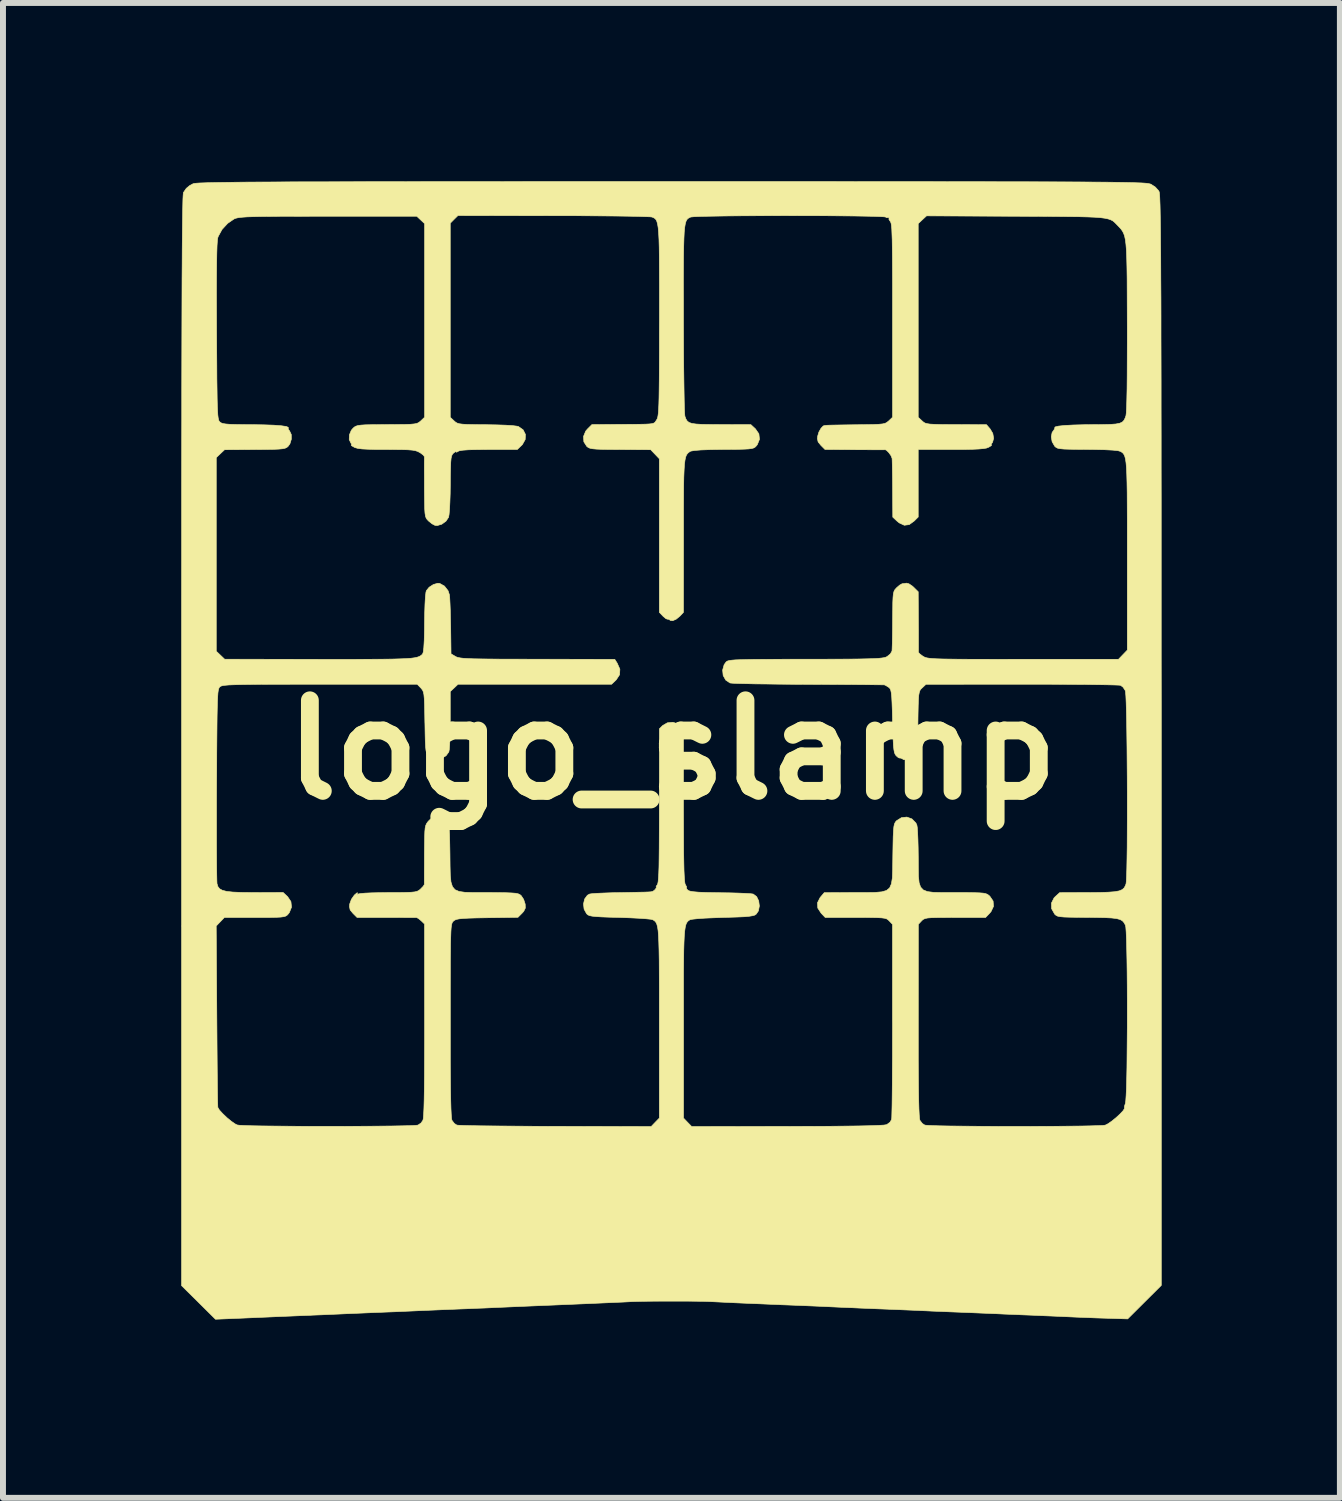
<source format=kicad_pcb>
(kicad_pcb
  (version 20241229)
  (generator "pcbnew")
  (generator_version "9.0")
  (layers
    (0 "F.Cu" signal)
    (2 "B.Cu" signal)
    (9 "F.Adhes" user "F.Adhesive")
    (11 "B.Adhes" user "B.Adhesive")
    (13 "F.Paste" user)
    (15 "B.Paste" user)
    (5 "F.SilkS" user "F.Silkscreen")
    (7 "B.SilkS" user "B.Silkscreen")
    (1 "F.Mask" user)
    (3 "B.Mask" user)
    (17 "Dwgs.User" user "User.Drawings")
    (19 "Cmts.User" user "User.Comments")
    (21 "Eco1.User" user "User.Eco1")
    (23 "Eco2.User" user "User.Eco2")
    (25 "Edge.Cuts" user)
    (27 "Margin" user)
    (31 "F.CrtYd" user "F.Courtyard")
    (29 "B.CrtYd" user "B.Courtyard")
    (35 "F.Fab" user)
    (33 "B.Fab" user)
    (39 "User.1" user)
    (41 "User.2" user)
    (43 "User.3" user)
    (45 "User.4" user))
  (footprint "logo_slamp"
    (layer "F.Cu")
    (at 8.26 9.568)
    (property "Reference" "logo_slamp" (at 0 0 0) (layer "F.SilkS") (effects (font (size 1.524 1.524) (thickness 0.3))))
    (attr through_hole)
    (fp_poly (pts (xy -0.01 -9.563) (xy 0.745 -9.563) (xy 1.451 -9.563) (xy 2.11 -9.563) (xy 2.724 -9.563) (xy 3.293 -9.562) (xy 3.819 -9.562) (xy 4.305 -9.562) (xy 4.752 -9.561) (xy 5.161 -9.561) (xy 5.534 -9.56) (xy 5.874 -9.56) (xy 6.181 -9.559) (xy 6.457 -9.558) (xy 6.704 -9.557) (xy 6.923 -9.556) (xy 7.117 -9.554) (xy 7.287 -9.553) (xy 7.435 -9.551) (xy 7.561 -9.549) (xy 7.669 -9.547) (xy 7.759 -9.545) (xy 7.834 -9.542) (xy 7.894 -9.54) (xy 7.943 -9.537) (xy 7.98 -9.534) (xy 8.008 -9.53) (xy 8.029 -9.526) (xy 8.045 -9.522) (xy 8.056 -9.518) (xy 8.058 -9.517) (xy 8.13 -9.47) (xy 8.184 -9.41) (xy 8.191 -9.398) (xy 8.195 -9.388) (xy 8.198 -9.368) (xy 8.201 -9.338) (xy 8.204 -9.296) (xy 8.206 -9.24) (xy 8.209 -9.17) (xy 8.211 -9.083) (xy 8.213 -8.978) (xy 8.215 -8.854) (xy 8.217 -8.709) (xy 8.218 -8.541) (xy 8.22 -8.349) (xy 8.221 -8.131) (xy 8.222 -7.887) (xy 8.224 -7.614) (xy 8.225 -7.311) (xy 8.225 -6.977) (xy 8.226 -6.609) (xy 8.227 -6.207) (xy 8.227 -5.769) (xy 8.228 -5.293) (xy 8.228 -4.778) (xy 8.229 -4.222) (xy 8.229 -3.625) (xy 8.229 -2.983) (xy 8.229 -2.297) (xy 8.229 -1.564) (xy 8.23 -0.783) (xy 8.23 -0.158) (xy 8.23 9.01) (xy 7.947 9.292) (xy 7.664 9.574) (xy 7.305 9.563) (xy 7.145 9.558) (xy 6.973 9.551) (xy 6.811 9.545) (xy 6.68 9.539) (xy 6.547 9.533) (xy 6.385 9.526) (xy 6.213 9.519) (xy 6.058 9.512) (xy 5.901 9.506) (xy 5.736 9.499) (xy 5.584 9.493) (xy 5.462 9.487) (xy 5.461 9.487) (xy 5.341 9.482) (xy 5.19 9.476) (xy 5.025 9.469) (xy 4.865 9.463) (xy 4.851 9.462) (xy 4.693 9.456) (xy 4.528 9.449) (xy 4.374 9.443) (xy 4.251 9.437) (xy 4.242 9.437) (xy 4.122 9.431) (xy 3.971 9.425) (xy 3.806 9.418) (xy 3.646 9.412) (xy 3.632 9.411) (xy 3.474 9.405) (xy 3.309 9.398) (xy 3.155 9.392) (xy 3.032 9.386) (xy 3.023 9.386) (xy 2.832 9.378) (xy 2.618 9.368) (xy 2.394 9.358) (xy 2.176 9.349) (xy 1.977 9.341) (xy 1.814 9.335) (xy 1.803 9.334) (xy 1.654 9.328) (xy 1.47 9.32) (xy 1.269 9.312) (xy 1.065 9.303) (xy 0.874 9.294) (xy 0.711 9.286) (xy 0.648 9.283) (xy 0.546 9.279) (xy 0.405 9.277) (xy 0.237 9.275) (xy 0.053 9.275) (xy -0.136 9.275) (xy -0.317 9.276) (xy -0.478 9.278) (xy -0.609 9.281) (xy -0.673 9.283) (xy -0.828 9.291) (xy -1.014 9.299) (xy -1.218 9.308) (xy -1.422 9.317) (xy -1.613 9.325) (xy -1.775 9.332) (xy -1.829 9.334) (xy -1.992 9.341) (xy -2.187 9.349) (xy -2.401 9.358) (xy -2.616 9.367) (xy -2.818 9.376) (xy -2.991 9.383) (xy -3.048 9.386) (xy -3.154 9.391) (xy -3.294 9.396) (xy -3.453 9.403) (xy -3.613 9.409) (xy -3.658 9.411) (xy -3.816 9.417) (xy -3.977 9.424) (xy -4.124 9.43) (xy -4.241 9.435) (xy -4.267 9.436) (xy -4.373 9.441) (xy -4.513 9.447) (xy -4.672 9.454) (xy -4.832 9.46) (xy -4.877 9.462) (xy -5.035 9.468) (xy -5.196 9.475) (xy -5.343 9.481) (xy -5.46 9.486) (xy -5.486 9.487) (xy -5.594 9.492) (xy -5.735 9.498) (xy -5.893 9.505) (xy -6.052 9.511) (xy -6.083 9.513) (xy -6.241 9.519) (xy -6.404 9.526) (xy -6.555 9.532) (xy -6.675 9.537) (xy -6.693 9.538) (xy -6.805 9.543) (xy -6.951 9.549) (xy -7.113 9.556) (xy -7.273 9.563) (xy -7.303 9.564) (xy -7.684 9.58) (xy -7.969 9.297) (xy -8.255 9.014) (xy -8.255 2.963) (xy -7.672 2.963) (xy -7.662 4.472) (xy -7.66 4.745) (xy -7.658 5.003) (xy -7.656 5.242) (xy -7.654 5.457) (xy -7.652 5.644) (xy -7.65 5.797) (xy -7.648 5.914) (xy -7.646 5.988) (xy -7.645 6.015) (xy -7.619 6.059) (xy -7.563 6.12) (xy -7.492 6.188) (xy -7.416 6.25) (xy -7.349 6.296) (xy -7.317 6.311) (xy -7.278 6.316) (xy -7.194 6.32) (xy -7.07 6.324) (xy -6.912 6.327) (xy -6.726 6.329) (xy -6.517 6.331) (xy -6.291 6.333) (xy -6.053 6.334) (xy -5.81 6.334) (xy -5.566 6.334) (xy -5.328 6.333) (xy -5.1 6.332) (xy -4.889 6.33) (xy -4.7 6.328) (xy -4.539 6.325) (xy -4.411 6.322) (xy -4.323 6.318) (xy -4.278 6.313) (xy -4.277 6.313) (xy -4.225 6.277) (xy -4.194 6.232) (xy -4.187 6.2) (xy -4.182 6.133) (xy -4.177 6.03) (xy -4.173 5.887) (xy -4.17 5.704) (xy -4.168 5.478) (xy -4.167 5.207) (xy -4.166 4.89) (xy -4.166 4.548) (xy -4.167 2.929) (xy -4.223 2.875) (xy -4.269 2.837) (xy -4.299 2.821) (xy -4.329 2.82) (xy -4.402 2.82) (xy -4.509 2.82) (xy -4.643 2.819) (xy -4.795 2.819) (xy -5.302 2.819) (xy -5.371 2.75) (xy -5.418 2.693) (xy -5.43 2.636) (xy -5.426 2.593) (xy -5.397 2.513) (xy -5.347 2.442) (xy -5.344 2.44) (xy -5.306 2.407) (xy -5.294 2.404) (xy -5.296 2.411) (xy -5.304 2.434) (xy -5.281 2.424) (xy -5.245 2.417) (xy -5.167 2.41) (xy -5.056 2.405) (xy -4.92 2.402) (xy -4.77 2.4) (xy -4.604 2.4) (xy -4.48 2.398) (xy -4.392 2.395) (xy -4.332 2.389) (xy -4.291 2.379) (xy -4.263 2.365) (xy -4.239 2.346) (xy -4.232 2.339) (xy -4.189 2.295) (xy -4.17 2.265) (xy -4.17 2.264) (xy -4.17 2.234) (xy -4.17 2.163) (xy -4.17 2.056) (xy -4.169 1.923) (xy -4.169 1.772) (xy -4.169 1.761) (xy -4.167 1.592) (xy -4.165 1.467) (xy -4.162 1.376) (xy -4.156 1.313) (xy -4.146 1.27) (xy -4.132 1.239) (xy -4.113 1.212) (xy -4.101 1.198) (xy -4.048 1.146) (xy -3.993 1.129) (xy -3.946 1.13) (xy -3.867 1.151) (xy -3.803 1.19) (xy -3.8 1.192) (xy -3.782 1.213) (xy -3.768 1.239) (xy -3.758 1.278) (xy -3.751 1.336) (xy -3.746 1.421) (xy -3.743 1.541) (xy -3.74 1.701) (xy -3.739 1.763) (xy -3.737 1.959) (xy -3.733 2.11) (xy -3.722 2.222) (xy -3.697 2.301) (xy -3.654 2.352) (xy -3.585 2.382) (xy -3.486 2.396) (xy -3.35 2.4) (xy -3.171 2.4) (xy -3.098 2.4) (xy -2.924 2.401) (xy -2.794 2.403) (xy -2.7 2.407) (xy -2.635 2.412) (xy -2.592 2.421) (xy -2.564 2.433) (xy -2.543 2.45) (xy -2.539 2.454) (xy -2.499 2.515) (xy -2.474 2.592) (xy -2.473 2.593) (xy -2.471 2.662) (xy -2.498 2.717) (xy -2.527 2.749) (xy -2.595 2.817) (xy -3.111 2.824) (xy -3.288 2.827) (xy -3.421 2.831) (xy -3.517 2.836) (xy -3.585 2.843) (xy -3.63 2.852) (xy -3.66 2.865) (xy -3.68 2.88) (xy -3.69 2.89) (xy -3.699 2.903) (xy -3.707 2.923) (xy -3.713 2.953) (xy -3.719 2.997) (xy -3.723 3.059) (xy -3.726 3.142) (xy -3.729 3.251) (xy -3.73 3.389) (xy -3.732 3.56) (xy -3.732 3.768) (xy -3.733 4.017) (xy -3.733 4.309) (xy -3.733 4.548) (xy -3.733 4.911) (xy -3.733 5.226) (xy -3.731 5.494) (xy -3.729 5.717) (xy -3.726 5.898) (xy -3.722 6.037) (xy -3.717 6.138) (xy -3.712 6.203) (xy -3.706 6.232) (xy -3.665 6.286) (xy -3.623 6.313) (xy -3.588 6.316) (xy -3.508 6.319) (xy -3.385 6.322) (xy -3.225 6.325) (xy -3.032 6.327) (xy -2.811 6.329) (xy -2.566 6.331) (xy -2.301 6.333) (xy -2.021 6.334) (xy -1.961 6.334) (xy -0.353 6.337) (xy -0.285 6.266) (xy -0.216 6.195) (xy -0.216 4.604) (xy -0.216 4.271) (xy -0.216 3.985) (xy -0.217 3.742) (xy -0.218 3.539) (xy -0.221 3.371) (xy -0.225 3.236) (xy -0.23 3.129) (xy -0.236 3.046) (xy -0.245 2.985) (xy -0.256 2.94) (xy -0.269 2.909) (xy -0.285 2.887) (xy -0.304 2.871) (xy -0.326 2.858) (xy -0.363 2.849) (xy -0.443 2.841) (xy -0.557 2.833) (xy -0.697 2.826) (xy -0.853 2.82) (xy -0.881 2.819) (xy -1.056 2.815) (xy -1.188 2.81) (xy -1.283 2.804) (xy -1.348 2.797) (xy -1.391 2.788) (xy -1.419 2.775) (xy -1.438 2.758) (xy -1.44 2.756) (xy -1.482 2.68) (xy -1.492 2.592) (xy -1.473 2.509) (xy -1.427 2.446) (xy -1.389 2.425) (xy -1.346 2.419) (xy -1.263 2.413) (xy -1.146 2.408) (xy -1.006 2.403) (xy -0.857 2.401) (xy -0.706 2.398) (xy -0.573 2.395) (xy -0.466 2.393) (xy -0.393 2.39) (xy -0.362 2.388) (xy -0.362 2.388) (xy -0.33 2.382) (xy -0.305 2.366) (xy -0.285 2.347) (xy -0.265 2.318) (xy -0.269 2.311) (xy -0.269 2.295) (xy -0.251 2.27) (xy -0.243 2.252) (xy -0.236 2.217) (xy -0.231 2.161) (xy -0.226 2.081) (xy -0.222 1.972) (xy -0.22 1.831) (xy -0.218 1.653) (xy -0.217 1.436) (xy -0.216 1.174) (xy -0.216 0.936) (xy -0.215 -0.355) (xy -0.16 -0.41) (xy -0.081 -0.456) (xy 0.012 -0.465) (xy 0.1 -0.437) (xy 0.135 -0.41) (xy 0.19 -0.355) (xy 0.19 0.936) (xy 0.191 1.243) (xy 0.192 1.503) (xy 0.193 1.718) (xy 0.196 1.892) (xy 0.199 2.029) (xy 0.204 2.132) (xy 0.209 2.203) (xy 0.215 2.247) (xy 0.222 2.266) (xy 0.242 2.302) (xy 0.24 2.316) (xy 0.246 2.341) (xy 0.268 2.364) (xy 0.298 2.376) (xy 0.355 2.386) (xy 0.445 2.394) (xy 0.574 2.399) (xy 0.747 2.402) (xy 0.809 2.403) (xy 0.966 2.405) (xy 1.109 2.409) (xy 1.229 2.414) (xy 1.316 2.419) (xy 1.361 2.425) (xy 1.363 2.425) (xy 1.421 2.468) (xy 1.456 2.541) (xy 1.467 2.626) (xy 1.451 2.709) (xy 1.414 2.763) (xy 1.391 2.779) (xy 1.354 2.79) (xy 1.298 2.799) (xy 1.214 2.807) (xy 1.097 2.812) (xy 0.938 2.817) (xy 0.855 2.819) (xy 0.696 2.825) (xy 0.553 2.831) (xy 0.435 2.839) (xy 0.348 2.848) (xy 0.303 2.856) (xy 0.3 2.858) (xy 0.278 2.871) (xy 0.26 2.887) (xy 0.244 2.909) (xy 0.231 2.94) (xy 0.22 2.985) (xy 0.211 3.047) (xy 0.204 3.13) (xy 0.199 3.238) (xy 0.195 3.373) (xy 0.193 3.541) (xy 0.191 3.745) (xy 0.191 3.988) (xy 0.191 4.275) (xy 0.191 4.604) (xy 0.191 6.195) (xy 0.259 6.266) (xy 0.328 6.337) (xy 1.936 6.335) (xy 2.313 6.334) (xy 2.641 6.333) (xy 2.92 6.33) (xy 3.15 6.327) (xy 3.333 6.323) (xy 3.47 6.318) (xy 3.56 6.313) (xy 3.606 6.306) (xy 3.61 6.305) (xy 3.665 6.265) (xy 3.692 6.219) (xy 3.695 6.183) (xy 3.697 6.102) (xy 3.7 5.978) (xy 3.702 5.818) (xy 3.704 5.624) (xy 3.705 5.402) (xy 3.707 5.156) (xy 3.707 4.891) (xy 3.708 4.61) (xy 3.707 4.547) (xy 3.707 2.935) (xy 3.652 2.877) (xy 3.632 2.858) (xy 3.609 2.843) (xy 3.576 2.833) (xy 3.524 2.826) (xy 3.449 2.822) (xy 3.341 2.82) (xy 3.193 2.819) (xy 3.086 2.819) (xy 2.575 2.819) (xy 2.507 2.748) (xy 2.45 2.661) (xy 2.445 2.572) (xy 2.49 2.483) (xy 2.499 2.473) (xy 2.559 2.402) (xy 3.069 2.4) (xy 3.265 2.4) (xy 3.416 2.398) (xy 3.528 2.388) (xy 3.607 2.365) (xy 3.659 2.322) (xy 3.689 2.253) (xy 3.705 2.154) (xy 3.71 2.017) (xy 3.712 1.838) (xy 3.713 1.763) (xy 3.716 1.588) (xy 3.719 1.456) (xy 3.724 1.361) (xy 3.73 1.294) (xy 3.739 1.25) (xy 3.752 1.221) (xy 3.768 1.199) (xy 3.775 1.192) (xy 3.858 1.14) (xy 3.949 1.13) (xy 4.034 1.161) (xy 4.1 1.228) (xy 4.117 1.263) (xy 4.124 1.305) (xy 4.13 1.39) (xy 4.135 1.507) (xy 4.139 1.647) (xy 4.141 1.8) (xy 4.142 1.985) (xy 4.144 2.128) (xy 4.155 2.234) (xy 4.18 2.308) (xy 4.225 2.356) (xy 4.295 2.384) (xy 4.397 2.397) (xy 4.536 2.4) (xy 4.719 2.4) (xy 4.775 2.4) (xy 4.947 2.4) (xy 5.076 2.402) (xy 5.169 2.405) (xy 5.233 2.41) (xy 5.277 2.419) (xy 5.307 2.431) (xy 5.33 2.449) (xy 5.345 2.462) (xy 5.4 2.543) (xy 5.407 2.632) (xy 5.365 2.721) (xy 5.342 2.748) (xy 5.274 2.819) (xy 4.762 2.819) (xy 4.589 2.82) (xy 4.459 2.821) (xy 4.365 2.823) (xy 4.3 2.828) (xy 4.257 2.837) (xy 4.229 2.849) (xy 4.208 2.865) (xy 4.196 2.877) (xy 4.142 2.935) (xy 4.141 4.552) (xy 4.141 4.915) (xy 4.141 5.229) (xy 4.143 5.496) (xy 4.145 5.719) (xy 4.148 5.899) (xy 4.152 6.038) (xy 4.157 6.139) (xy 4.162 6.203) (xy 4.168 6.232) (xy 4.209 6.286) (xy 4.251 6.313) (xy 4.29 6.317) (xy 4.375 6.321) (xy 4.498 6.325) (xy 4.656 6.328) (xy 4.842 6.33) (xy 5.051 6.332) (xy 5.277 6.334) (xy 5.515 6.335) (xy 5.758 6.335) (xy 6.002 6.335) (xy 6.24 6.334) (xy 6.467 6.333) (xy 6.678 6.331) (xy 6.867 6.329) (xy 7.027 6.326) (xy 7.155 6.322) (xy 7.243 6.319) (xy 7.286 6.314) (xy 7.287 6.314) (xy 7.336 6.289) (xy 7.4 6.244) (xy 7.47 6.187) (xy 7.535 6.127) (xy 7.585 6.074) (xy 7.61 6.036) (xy 7.609 6.026) (xy 7.61 5.997) (xy 7.626 5.947) (xy 7.632 5.906) (xy 7.638 5.819) (xy 7.644 5.693) (xy 7.648 5.534) (xy 7.652 5.347) (xy 7.654 5.137) (xy 7.656 4.911) (xy 7.658 4.674) (xy 7.658 4.432) (xy 7.658 4.19) (xy 7.657 3.954) (xy 7.655 3.73) (xy 7.652 3.524) (xy 7.648 3.34) (xy 7.644 3.185) (xy 7.639 3.064) (xy 7.633 2.983) (xy 7.626 2.949) (xy 7.604 2.908) (xy 7.576 2.876) (xy 7.537 2.854) (xy 7.479 2.838) (xy 7.396 2.828) (xy 7.28 2.822) (xy 7.126 2.819) (xy 6.989 2.818) (xy 6.816 2.817) (xy 6.687 2.815) (xy 6.594 2.812) (xy 6.53 2.806) (xy 6.488 2.798) (xy 6.461 2.785) (xy 6.441 2.769) (xy 6.434 2.76) (xy 6.384 2.671) (xy 6.382 2.577) (xy 6.425 2.491) (xy 6.446 2.469) (xy 6.521 2.401) (xy 7.004 2.4) (xy 7.194 2.399) (xy 7.339 2.394) (xy 7.446 2.386) (xy 7.522 2.372) (xy 7.574 2.35) (xy 7.607 2.319) (xy 7.628 2.278) (xy 7.637 2.252) (xy 7.642 2.208) (xy 7.646 2.12) (xy 7.65 1.992) (xy 7.653 1.83) (xy 7.656 1.639) (xy 7.657 1.425) (xy 7.658 1.194) (xy 7.658 0.95) (xy 7.658 0.699) (xy 7.657 0.447) (xy 7.655 0.199) (xy 7.653 -0.041) (xy 7.65 -0.265) (xy 7.647 -0.469) (xy 7.643 -0.648) (xy 7.639 -0.796) (xy 7.634 -0.907) (xy 7.628 -0.977) (xy 7.624 -0.998) (xy 7.587 -1.055) (xy 7.545 -1.087) (xy 7.512 -1.09) (xy 7.432 -1.093) (xy 7.31 -1.096) (xy 7.15 -1.098) (xy 6.958 -1.101) (xy 6.737 -1.102) (xy 6.492 -1.104) (xy 6.227 -1.105) (xy 5.947 -1.105) (xy 5.883 -1.105) (xy 4.271 -1.104) (xy 4.207 -1.044) (xy 4.185 -1.023) (xy 4.169 -1) (xy 4.158 -0.968) (xy 4.149 -0.92) (xy 4.144 -0.849) (xy 4.14 -0.747) (xy 4.137 -0.607) (xy 4.135 -0.467) (xy 4.132 -0.292) (xy 4.129 -0.159) (xy 4.124 -0.064) (xy 4.118 0.002) (xy 4.109 0.046) (xy 4.096 0.075) (xy 4.08 0.096) (xy 4.077 0.1) (xy 4.021 0.138) (xy 3.955 0.161) (xy 3.899 0.165) (xy 3.872 0.15) (xy 3.844 0.136) (xy 3.837 0.139) (xy 3.807 0.131) (xy 3.769 0.098) (xy 3.753 0.076) (xy 3.74 0.045) (xy 3.731 -0.003) (xy 3.723 -0.073) (xy 3.718 -0.174) (xy 3.713 -0.311) (xy 3.708 -0.484) (xy 3.704 -0.662) (xy 3.699 -0.796) (xy 3.694 -0.893) (xy 3.687 -0.96) (xy 3.678 -1.003) (xy 3.666 -1.03) (xy 3.651 -1.048) (xy 3.645 -1.052) (xy 3.596 -1.083) (xy 3.569 -1.095) (xy 3.539 -1.095) (xy 3.463 -1.096) (xy 3.347 -1.097) (xy 3.195 -1.099) (xy 3.011 -1.1) (xy 2.802 -1.101) (xy 2.572 -1.102) (xy 2.326 -1.103) (xy 2.286 -1.103) (xy 2.036 -1.104) (xy 1.801 -1.106) (xy 1.585 -1.109) (xy 1.394 -1.111) (xy 1.232 -1.115) (xy 1.105 -1.118) (xy 1.018 -1.122) (xy 0.976 -1.126) (xy 0.974 -1.126) (xy 0.901 -1.175) (xy 0.858 -1.252) (xy 0.849 -1.343) (xy 0.874 -1.433) (xy 0.906 -1.478) (xy 0.918 -1.488) (xy 0.935 -1.497) (xy 0.964 -1.504) (xy 1.006 -1.51) (xy 1.067 -1.515) (xy 1.151 -1.518) (xy 1.263 -1.521) (xy 1.405 -1.523) (xy 1.584 -1.524) (xy 1.802 -1.525) (xy 2.064 -1.526) (xy 2.245 -1.526) (xy 2.538 -1.526) (xy 2.784 -1.527) (xy 2.988 -1.528) (xy 3.154 -1.53) (xy 3.286 -1.533) (xy 3.389 -1.536) (xy 3.467 -1.54) (xy 3.524 -1.546) (xy 3.565 -1.552) (xy 3.594 -1.56) (xy 3.615 -1.57) (xy 3.617 -1.571) (xy 3.671 -1.615) (xy 3.698 -1.662) (xy 3.699 -1.664) (xy 3.701 -1.705) (xy 3.704 -1.787) (xy 3.706 -1.902) (xy 3.708 -2.041) (xy 3.709 -2.189) (xy 3.711 -2.355) (xy 3.712 -2.478) (xy 3.716 -2.566) (xy 3.722 -2.626) (xy 3.732 -2.666) (xy 3.746 -2.694) (xy 3.766 -2.717) (xy 3.777 -2.729) (xy 3.828 -2.773) (xy 3.867 -2.795) (xy 3.871 -2.796) (xy 3.92 -2.802) (xy 3.941 -2.806) (xy 3.984 -2.795) (xy 4.042 -2.756) (xy 4.062 -2.738) (xy 4.14 -2.661) (xy 4.143 -2.162) (xy 4.144 -2.008) (xy 4.144 -1.871) (xy 4.144 -1.759) (xy 4.144 -1.682) (xy 4.143 -1.646) (xy 4.143 -1.644) (xy 4.161 -1.62) (xy 4.208 -1.584) (xy 4.223 -1.574) (xy 4.241 -1.564) (xy 4.262 -1.555) (xy 4.289 -1.548) (xy 4.328 -1.542) (xy 4.38 -1.537) (xy 4.451 -1.533) (xy 4.545 -1.53) (xy 4.664 -1.528) (xy 4.814 -1.526) (xy 4.997 -1.525) (xy 5.218 -1.525) (xy 5.481 -1.524) (xy 5.79 -1.525) (xy 5.908 -1.525) (xy 7.51 -1.525) (xy 7.584 -1.602) (xy 7.658 -1.679) (xy 7.658 -3.269) (xy 7.658 -3.602) (xy 7.658 -3.889) (xy 7.657 -4.132) (xy 7.656 -4.335) (xy 7.653 -4.503) (xy 7.649 -4.639) (xy 7.644 -4.746) (xy 7.637 -4.829) (xy 7.628 -4.891) (xy 7.617 -4.936) (xy 7.603 -4.968) (xy 7.587 -4.991) (xy 7.568 -5.007) (xy 7.545 -5.022) (xy 7.545 -5.022) (xy 7.501 -5.035) (xy 7.412 -5.044) (xy 7.276 -5.051) (xy 7.091 -5.055) (xy 6.989 -5.056) (xy 6.816 -5.057) (xy 6.687 -5.059) (xy 6.594 -5.062) (xy 6.53 -5.068) (xy 6.488 -5.076) (xy 6.461 -5.089) (xy 6.441 -5.105) (xy 6.434 -5.114) (xy 6.393 -5.186) (xy 6.379 -5.268) (xy 6.393 -5.341) (xy 6.411 -5.366) (xy 6.436 -5.402) (xy 6.436 -5.417) (xy 6.443 -5.434) (xy 6.499 -5.448) (xy 6.602 -5.459) (xy 6.75 -5.467) (xy 6.942 -5.472) (xy 7.064 -5.473) (xy 7.239 -5.474) (xy 7.371 -5.477) (xy 7.466 -5.484) (xy 7.532 -5.497) (xy 7.575 -5.517) (xy 7.603 -5.547) (xy 7.623 -5.588) (xy 7.636 -5.626) (xy 7.641 -5.669) (xy 7.646 -5.76) (xy 7.65 -5.896) (xy 7.654 -6.076) (xy 7.656 -6.295) (xy 7.657 -6.552) (xy 7.658 -6.843) (xy 7.658 -7.125) (xy 7.657 -7.442) (xy 7.656 -7.712) (xy 7.655 -7.94) (xy 7.652 -8.129) (xy 7.648 -8.285) (xy 7.643 -8.41) (xy 7.635 -8.509) (xy 7.625 -8.587) (xy 7.612 -8.648) (xy 7.595 -8.694) (xy 7.575 -8.732) (xy 7.551 -8.765) (xy 7.522 -8.797) (xy 7.499 -8.821) (xy 7.469 -8.852) (xy 7.443 -8.878) (xy 7.415 -8.901) (xy 7.381 -8.919) (xy 7.337 -8.934) (xy 7.28 -8.946) (xy 7.205 -8.956) (xy 7.109 -8.963) (xy 6.987 -8.968) (xy 6.835 -8.972) (xy 6.649 -8.974) (xy 6.425 -8.976) (xy 6.16 -8.978) (xy 5.848 -8.979) (xy 5.779 -8.979) (xy 4.28 -8.986) (xy 4.21 -8.921) (xy 4.14 -8.855) (xy 4.14 -7.226) (xy 4.14 -5.597) (xy 4.205 -5.536) (xy 4.228 -5.516) (xy 4.253 -5.5) (xy 4.288 -5.49) (xy 4.339 -5.482) (xy 4.414 -5.478) (xy 4.521 -5.475) (xy 4.667 -5.474) (xy 4.779 -5.474) (xy 5.289 -5.472) (xy 5.35 -5.401) (xy 5.395 -5.325) (xy 5.409 -5.243) (xy 5.391 -5.176) (xy 5.38 -5.161) (xy 5.365 -5.136) (xy 5.373 -5.131) (xy 5.371 -5.121) (xy 5.333 -5.097) (xy 5.325 -5.093) (xy 5.29 -5.079) (xy 5.237 -5.07) (xy 5.16 -5.063) (xy 5.053 -5.058) (xy 4.909 -5.055) (xy 4.721 -5.055) (xy 4.696 -5.055) (xy 4.14 -5.055) (xy 4.14 -3.919) (xy 4.073 -3.852) (xy 3.989 -3.791) (xy 3.906 -3.78) (xy 3.82 -3.82) (xy 3.78 -3.853) (xy 3.712 -3.917) (xy 3.709 -4.391) (xy 3.708 -4.543) (xy 3.706 -4.68) (xy 3.704 -4.792) (xy 3.702 -4.871) (xy 3.7 -4.907) (xy 3.681 -4.953) (xy 3.644 -5.004) (xy 3.606 -5.042) (xy 3.585 -5.051) (xy 3.556 -5.05) (xy 3.483 -5.05) (xy 3.377 -5.05) (xy 3.243 -5.051) (xy 3.091 -5.051) (xy 3.071 -5.052) (xy 2.572 -5.055) (xy 2.503 -5.124) (xy 2.456 -5.182) (xy 2.443 -5.239) (xy 2.448 -5.279) (xy 2.469 -5.349) (xy 2.504 -5.411) (xy 2.542 -5.451) (xy 2.562 -5.457) (xy 2.591 -5.461) (xy 2.619 -5.463) (xy 2.69 -5.465) (xy 2.796 -5.467) (xy 2.928 -5.469) (xy 3.079 -5.471) (xy 3.091 -5.471) (xy 3.26 -5.473) (xy 3.386 -5.475) (xy 3.476 -5.479) (xy 3.538 -5.485) (xy 3.58 -5.494) (xy 3.609 -5.508) (xy 3.633 -5.527) (xy 3.644 -5.536) (xy 3.708 -5.597) (xy 3.708 -7.228) (xy 3.708 -7.56) (xy 3.708 -7.846) (xy 3.707 -8.087) (xy 3.706 -8.289) (xy 3.704 -8.454) (xy 3.702 -8.587) (xy 3.698 -8.69) (xy 3.695 -8.767) (xy 3.69 -8.822) (xy 3.684 -8.859) (xy 3.677 -8.88) (xy 3.671 -8.89) (xy 3.647 -8.927) (xy 3.649 -8.948) (xy 3.649 -8.962) (xy 3.638 -8.957) (xy 3.603 -8.957) (xy 3.595 -8.965) (xy 3.567 -8.97) (xy 3.494 -8.974) (xy 3.38 -8.978) (xy 3.231 -8.981) (xy 3.053 -8.984) (xy 2.849 -8.986) (xy 2.626 -8.988) (xy 2.389 -8.989) (xy 2.142 -8.989) (xy 1.892 -8.99) (xy 1.642 -8.989) (xy 1.4 -8.988) (xy 1.169 -8.987) (xy 0.955 -8.985) (xy 0.762 -8.982) (xy 0.598 -8.979) (xy 0.465 -8.976) (xy 0.371 -8.972) (xy 0.319 -8.967) (xy 0.312 -8.966) (xy 0.288 -8.955) (xy 0.266 -8.942) (xy 0.248 -8.923) (xy 0.233 -8.894) (xy 0.221 -8.852) (xy 0.211 -8.793) (xy 0.203 -8.712) (xy 0.198 -8.607) (xy 0.194 -8.474) (xy 0.191 -8.309) (xy 0.19 -8.107) (xy 0.189 -7.867) (xy 0.19 -7.583) (xy 0.19 -7.252) (xy 0.19 -7.239) (xy 0.191 -6.96) (xy 0.192 -6.696) (xy 0.194 -6.449) (xy 0.197 -6.226) (xy 0.2 -6.03) (xy 0.203 -5.867) (xy 0.206 -5.74) (xy 0.21 -5.655) (xy 0.214 -5.616) (xy 0.214 -5.615) (xy 0.231 -5.569) (xy 0.252 -5.535) (xy 0.283 -5.51) (xy 0.332 -5.493) (xy 0.404 -5.483) (xy 0.507 -5.477) (xy 0.648 -5.475) (xy 0.819 -5.474) (xy 1.324 -5.473) (xy 1.401 -5.402) (xy 1.459 -5.318) (xy 1.469 -5.226) (xy 1.432 -5.135) (xy 1.415 -5.114) (xy 1.396 -5.095) (xy 1.373 -5.081) (xy 1.338 -5.071) (xy 1.284 -5.064) (xy 1.204 -5.06) (xy 1.09 -5.057) (xy 0.936 -5.056) (xy 0.859 -5.056) (xy 0.646 -5.053) (xy 0.484 -5.047) (xy 0.373 -5.038) (xy 0.312 -5.027) (xy 0.305 -5.023) (xy 0.28 -5.007) (xy 0.259 -4.988) (xy 0.241 -4.963) (xy 0.227 -4.927) (xy 0.216 -4.876) (xy 0.207 -4.807) (xy 0.201 -4.714) (xy 0.196 -4.593) (xy 0.193 -4.441) (xy 0.192 -4.252) (xy 0.191 -4.024) (xy 0.191 -3.751) (xy 0.191 -3.592) (xy 0.19 -2.315) (xy 0.131 -2.252) (xy 0.068 -2.2) (xy 0.009 -2.174) (xy -0.033 -2.179) (xy -0.04 -2.187) (xy -0.068 -2.201) (xy -0.074 -2.198) (xy -0.103 -2.207) (xy -0.147 -2.243) (xy -0.155 -2.251) (xy -0.216 -2.315) (xy -0.216 -3.607) (xy -0.216 -4.899) (xy -0.361 -5.051) (xy -0.872 -5.054) (xy -1.047 -5.055) (xy -1.178 -5.057) (xy -1.273 -5.061) (xy -1.339 -5.067) (xy -1.383 -5.076) (xy -1.412 -5.088) (xy -1.434 -5.105) (xy -1.436 -5.106) (xy -1.486 -5.184) (xy -1.492 -5.274) (xy -1.455 -5.364) (xy -1.425 -5.399) (xy -1.35 -5.474) (xy -0.866 -5.477) (xy -0.684 -5.478) (xy -0.547 -5.479) (xy -0.447 -5.481) (xy -0.378 -5.485) (xy -0.332 -5.491) (xy -0.304 -5.501) (xy -0.287 -5.515) (xy -0.274 -5.535) (xy -0.261 -5.555) (xy -0.252 -5.571) (xy -0.244 -5.594) (xy -0.238 -5.627) (xy -0.232 -5.673) (xy -0.228 -5.737) (xy -0.224 -5.823) (xy -0.221 -5.934) (xy -0.219 -6.074) (xy -0.217 -6.246) (xy -0.216 -6.456) (xy -0.215 -6.707) (xy -0.215 -7.002) (xy -0.214 -7.212) (xy -0.214 -7.548) (xy -0.214 -7.836) (xy -0.215 -8.081) (xy -0.216 -8.286) (xy -0.218 -8.455) (xy -0.222 -8.592) (xy -0.228 -8.7) (xy -0.235 -8.783) (xy -0.245 -8.845) (xy -0.257 -8.89) (xy -0.271 -8.92) (xy -0.289 -8.94) (xy -0.309 -8.953) (xy -0.334 -8.964) (xy -0.338 -8.966) (xy -0.373 -8.97) (xy -0.454 -8.973) (xy -0.576 -8.977) (xy -0.737 -8.98) (xy -0.93 -8.983) (xy -1.151 -8.985) (xy -1.397 -8.987) (xy -1.661 -8.989) (xy -1.941 -8.989) (xy -1.999 -8.989) (xy -3.605 -8.991) (xy -3.67 -8.927) (xy -3.734 -8.862) (xy -3.734 -5.597) (xy -3.669 -5.536) (xy -3.645 -5.515) (xy -3.618 -5.499) (xy -3.582 -5.488) (xy -3.528 -5.481) (xy -3.45 -5.476) (xy -3.338 -5.474) (xy -3.186 -5.472) (xy -3.129 -5.472) (xy -2.954 -5.469) (xy -2.805 -5.464) (xy -2.688 -5.457) (xy -2.61 -5.447) (xy -2.586 -5.441) (xy -2.508 -5.386) (xy -2.469 -5.309) (xy -2.473 -5.222) (xy -2.52 -5.138) (xy -2.535 -5.123) (xy -2.606 -5.055) (xy -3.089 -5.055) (xy -3.279 -5.053) (xy -3.423 -5.05) (xy -3.522 -5.043) (xy -3.581 -5.033) (xy -3.602 -5.024) (xy -3.627 -5.008) (xy -3.632 -5.015) (xy -3.648 -5.017) (xy -3.681 -4.993) (xy -3.698 -4.974) (xy -3.711 -4.946) (xy -3.72 -4.904) (xy -3.726 -4.839) (xy -3.729 -4.744) (xy -3.732 -4.611) (xy -3.733 -4.469) (xy -3.735 -4.313) (xy -3.74 -4.17) (xy -3.746 -4.05) (xy -3.754 -3.961) (xy -3.762 -3.915) (xy -3.806 -3.849) (xy -3.876 -3.798) (xy -3.953 -3.775) (xy -3.99 -3.778) (xy -4.04 -3.804) (xy -4.097 -3.85) (xy -4.101 -3.854) (xy -4.123 -3.877) (xy -4.14 -3.902) (xy -4.151 -3.934) (xy -4.159 -3.983) (xy -4.164 -4.055) (xy -4.166 -4.158) (xy -4.168 -4.3) (xy -4.169 -4.417) (xy -4.169 -4.571) (xy -4.17 -4.708) (xy -4.17 -4.819) (xy -4.169 -4.897) (xy -4.169 -4.933) (xy -4.169 -4.934) (xy -4.186 -4.959) (xy -4.233 -4.995) (xy -4.248 -5.004) (xy -4.282 -5.022) (xy -4.321 -5.035) (xy -4.373 -5.044) (xy -4.447 -5.05) (xy -4.55 -5.053) (xy -4.691 -5.054) (xy -4.804 -5.055) (xy -4.984 -5.055) (xy -5.119 -5.059) (xy -5.219 -5.064) (xy -5.288 -5.073) (xy -5.335 -5.086) (xy -5.35 -5.093) (xy -5.393 -5.118) (xy -5.401 -5.13) (xy -5.399 -5.131) (xy -5.392 -5.145) (xy -5.405 -5.161) (xy -5.434 -5.222) (xy -5.431 -5.301) (xy -5.399 -5.378) (xy -5.371 -5.411) (xy -5.348 -5.432) (xy -5.322 -5.447) (xy -5.287 -5.458) (xy -5.236 -5.465) (xy -5.16 -5.47) (xy -5.053 -5.472) (xy -4.907 -5.473) (xy -4.801 -5.474) (xy -4.628 -5.475) (xy -4.499 -5.476) (xy -4.406 -5.479) (xy -4.341 -5.485) (xy -4.298 -5.493) (xy -4.268 -5.506) (xy -4.244 -5.524) (xy -4.23 -5.536) (xy -4.166 -5.597) (xy -4.166 -8.856) (xy -4.231 -8.917) (xy -4.297 -8.979) (xy -5.787 -8.979) (xy -6.102 -8.979) (xy -6.37 -8.978) (xy -6.595 -8.978) (xy -6.781 -8.976) (xy -6.933 -8.975) (xy -7.055 -8.972) (xy -7.15 -8.969) (xy -7.222 -8.964) (xy -7.276 -8.959) (xy -7.316 -8.952) (xy -7.345 -8.945) (xy -7.368 -8.935) (xy -7.37 -8.935) (xy -7.479 -8.86) (xy -7.574 -8.757) (xy -7.637 -8.642) (xy -7.646 -8.617) (xy -7.652 -8.572) (xy -7.658 -8.485) (xy -7.662 -8.355) (xy -7.665 -8.18) (xy -7.667 -7.96) (xy -7.668 -7.693) (xy -7.667 -7.378) (xy -7.666 -7.043) (xy -7.664 -6.731) (xy -7.662 -6.465) (xy -7.661 -6.243) (xy -7.658 -6.059) (xy -7.656 -5.91) (xy -7.653 -5.793) (xy -7.649 -5.703) (xy -7.645 -5.636) (xy -7.639 -5.588) (xy -7.632 -5.556) (xy -7.625 -5.535) (xy -7.615 -5.522) (xy -7.613 -5.52) (xy -7.592 -5.504) (xy -7.561 -5.492) (xy -7.511 -5.484) (xy -7.436 -5.478) (xy -7.328 -5.475) (xy -7.18 -5.473) (xy -7.093 -5.473) (xy -6.877 -5.47) (xy -6.704 -5.464) (xy -6.575 -5.454) (xy -6.493 -5.442) (xy -6.459 -5.427) (xy -6.461 -5.417) (xy -6.457 -5.392) (xy -6.437 -5.367) (xy -6.409 -5.307) (xy -6.408 -5.228) (xy -6.432 -5.15) (xy -6.464 -5.106) (xy -6.485 -5.089) (xy -6.514 -5.076) (xy -6.557 -5.067) (xy -6.622 -5.061) (xy -6.715 -5.057) (xy -6.845 -5.055) (xy -7.017 -5.054) (xy -7.024 -5.054) (xy -7.531 -5.051) (xy -7.601 -4.985) (xy -7.671 -4.918) (xy -7.671 -3.289) (xy -7.671 -1.661) (xy -7.6 -1.593) (xy -7.53 -1.526) (xy -5.936 -1.524) (xy -5.606 -1.524) (xy -5.323 -1.524) (xy -5.084 -1.525) (xy -4.883 -1.526) (xy -4.718 -1.528) (xy -4.585 -1.532) (xy -4.479 -1.536) (xy -4.397 -1.542) (xy -4.336 -1.55) (xy -4.29 -1.56) (xy -4.257 -1.571) (xy -4.232 -1.585) (xy -4.212 -1.601) (xy -4.2 -1.613) (xy -4.188 -1.646) (xy -4.179 -1.72) (xy -4.172 -1.838) (xy -4.168 -2.003) (xy -4.167 -2.131) (xy -4.164 -2.308) (xy -4.159 -2.458) (xy -4.152 -2.576) (xy -4.143 -2.653) (xy -4.136 -2.679) (xy -4.089 -2.737) (xy -4.018 -2.783) (xy -3.944 -2.804) (xy -3.911 -2.801) (xy -3.832 -2.757) (xy -3.771 -2.679) (xy -3.748 -2.61) (xy -3.743 -2.558) (xy -3.738 -2.465) (xy -3.733 -2.342) (xy -3.73 -2.198) (xy -3.727 -2.072) (xy -3.721 -1.617) (xy -3.645 -1.572) (xy -3.625 -1.562) (xy -3.598 -1.554) (xy -3.56 -1.547) (xy -3.508 -1.541) (xy -3.436 -1.537) (xy -3.34 -1.533) (xy -3.217 -1.531) (xy -3.061 -1.529) (xy -2.869 -1.527) (xy -2.635 -1.527) (xy -2.357 -1.526) (xy -2.268 -1.526) (xy -0.966 -1.524) (xy -0.925 -1.46) (xy -0.88 -1.358) (xy -0.885 -1.265) (xy -0.941 -1.18) (xy -0.944 -1.177) (xy -1.019 -1.105) (xy -2.311 -1.105) (xy -3.603 -1.105) (xy -3.668 -1.043) (xy -3.734 -0.982) (xy -3.734 -0.505) (xy -3.735 -0.351) (xy -3.738 -0.21) (xy -3.744 -0.093) (xy -3.75 -0.008) (xy -3.758 0.034) (xy -3.805 0.098) (xy -3.883 0.144) (xy -3.968 0.162) (xy -3.99 0.16) (xy -4.055 0.135) (xy -4.102 0.1) (xy -4.119 0.079) (xy -4.133 0.052) (xy -4.142 0.011) (xy -4.149 -0.052) (xy -4.154 -0.143) (xy -4.157 -0.269) (xy -4.16 -0.439) (xy -4.161 -0.464) (xy -4.164 -0.638) (xy -4.167 -0.769) (xy -4.171 -0.863) (xy -4.177 -0.929) (xy -4.186 -0.973) (xy -4.199 -1.004) (xy -4.216 -1.027) (xy -4.229 -1.042) (xy -4.29 -1.105) (xy -5.929 -1.105) (xy -6.259 -1.105) (xy -6.542 -1.104) (xy -6.781 -1.104) (xy -6.981 -1.103) (xy -7.145 -1.101) (xy -7.276 -1.099) (xy -7.38 -1.096) (xy -7.458 -1.093) (xy -7.516 -1.088) (xy -7.557 -1.083) (xy -7.584 -1.076) (xy -7.602 -1.068) (xy -7.613 -1.059) (xy -7.622 -1.048) (xy -7.63 -1.029) (xy -7.637 -1.001) (xy -7.643 -0.959) (xy -7.647 -0.9) (xy -7.651 -0.819) (xy -7.654 -0.712) (xy -7.657 -0.577) (xy -7.659 -0.409) (xy -7.661 -0.204) (xy -7.663 0.041) (xy -7.664 0.33) (xy -7.666 0.579) (xy -7.667 0.861) (xy -7.667 1.129) (xy -7.667 1.38) (xy -7.667 1.608) (xy -7.666 1.809) (xy -7.665 1.978) (xy -7.663 2.111) (xy -7.661 2.203) (xy -7.659 2.249) (xy -7.658 2.252) (xy -7.644 2.299) (xy -7.616 2.336) (xy -7.569 2.362) (xy -7.496 2.381) (xy -7.393 2.392) (xy -7.252 2.398) (xy -7.067 2.4) (xy -7.008 2.4) (xy -6.546 2.399) (xy -6.471 2.469) (xy -6.415 2.552) (xy -6.405 2.646) (xy -6.442 2.738) (xy -6.461 2.762) (xy -6.48 2.782) (xy -6.502 2.796) (xy -6.535 2.806) (xy -6.586 2.813) (xy -6.662 2.817) (xy -6.771 2.819) (xy -6.919 2.819) (xy -7.023 2.819) (xy -7.534 2.819) (xy -7.603 2.891) (xy -7.672 2.963) (xy -8.255 2.963) (xy -8.255 -0.155) (xy -8.255 -0.997) (xy -8.255 -1.789) (xy -8.255 -2.533) (xy -8.254 -3.23) (xy -8.254 -3.882) (xy -8.254 -4.489) (xy -8.253 -5.054) (xy -8.252 -5.577) (xy -8.252 -6.06) (xy -8.251 -6.503) (xy -8.25 -6.91) (xy -8.249 -7.279) (xy -8.248 -7.614) (xy -8.247 -7.915) (xy -8.245 -8.184) (xy -8.244 -8.421) (xy -8.242 -8.629) (xy -8.24 -8.808) (xy -8.238 -8.961) (xy -8.236 -9.087) (xy -8.234 -9.189) (xy -8.232 -9.268) (xy -8.229 -9.324) (xy -8.226 -9.361) (xy -8.224 -9.378) (xy -8.223 -9.379) (xy -8.176 -9.448) (xy -8.121 -9.494) (xy -8.062 -9.526) (xy -8.05 -9.529) (xy -8.028 -9.533) (xy -7.995 -9.536) (xy -7.949 -9.539) (xy -7.889 -9.541) (xy -7.812 -9.544) (xy -7.717 -9.546) (xy -7.604 -9.548) (xy -7.469 -9.55) (xy -7.311 -9.552) (xy -7.13 -9.554) (xy -6.922 -9.555) (xy -6.687 -9.556) (xy -6.423 -9.558) (xy -6.129 -9.559) (xy -5.802 -9.559) (xy -5.441 -9.56) (xy -5.045 -9.561) (xy -4.612 -9.561) (xy -4.14 -9.562) (xy -3.628 -9.562) (xy -3.073 -9.562) (xy -2.476 -9.563) (xy -1.833 -9.563) (xy -1.143 -9.563) (xy -0.405 -9.563) (xy -0.01 -9.563)) (stroke (width 0.01) (type solid)) (fill yes) (layer "F.SilkS")))
  (gr_rect
    (start -3 -3)
    (end 19.495 22.153)
    (stroke (width 0.1) (type default))
    (fill no)
    (layer "Edge.Cuts")))
</source>
